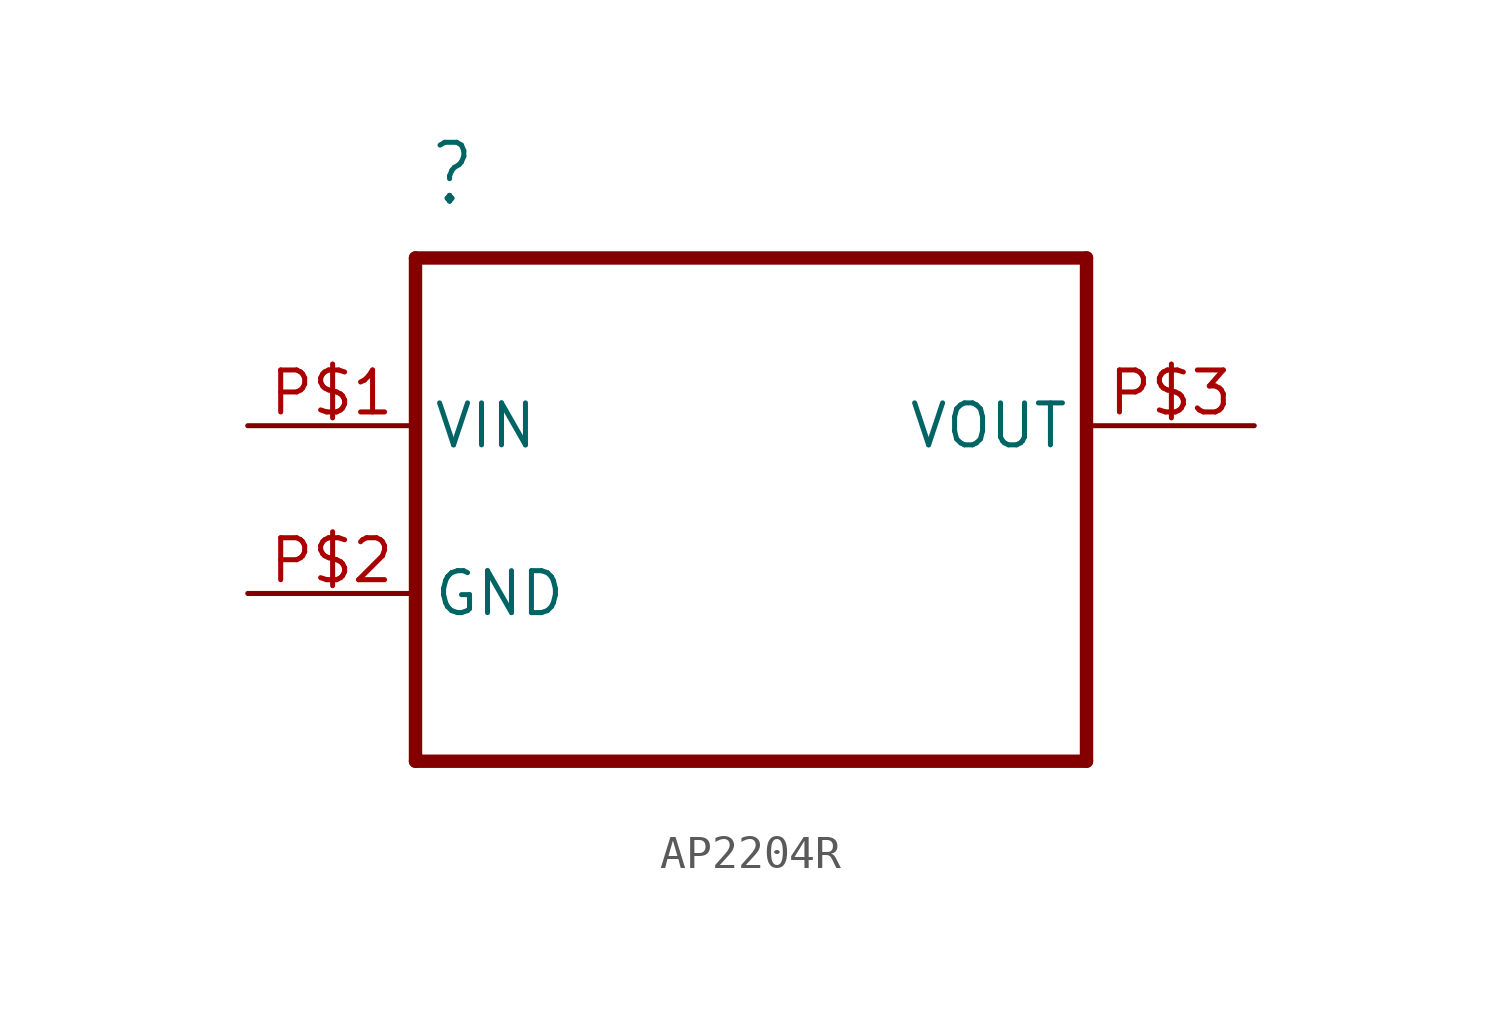
<source format=kicad_sym>
(kicad_symbol_lib
  (version 20211014)
  (generator kicad_symbol_editor)
  (symbol "AP2204R"
    (property "Reference" ""
      (at -12.344 6.579 0)
      (effects (font (size 1.778 1.511)) (justify left bottom)))
    (property "ki_locked" ""
      (at 0 0 0)
      (effects (font (size 1.27 1.27))))
    (symbol "AP2204R_1_0"
      (polyline (pts (xy -12.7 -10.16) (xy 7.62 -10.16)) (stroke (width 0.406) (type default) (color 0 0 0 0)) (fill (type none)))
      (polyline (pts (xy -12.7 5.08) (xy -12.7 -10.16)) (stroke (width 0.406) (type default) (color 0 0 0 0)) (fill (type none)))
      (polyline (pts (xy 7.62 -10.16) (xy 7.62 5.08)) (stroke (width 0.406) (type default) (color 0 0 0 0)) (fill (type none)))
      (polyline (pts (xy 7.62 5.08) (xy -12.7 5.08)) (stroke (width 0.406) (type default) (color 0 0 0 0)) (fill (type none)))
      (pin input line (at -17.78 0 0) (length 5.08) (name "VIN" (effects (font (size 1.27 1.27)))) (number "P$1" (effects (font (size 1.27 1.27)))))
      (pin passive line (at -17.78 -5.08 0) (length 5.08) (name "GND" (effects (font (size 1.27 1.27)))) (number "P$2" (effects (font (size 1.27 1.27)))))
      (pin output line (at 12.7 0 180) (length 5.08) (name "VOUT" (effects (font (size 1.27 1.27)))) (number "P$3" (effects (font (size 1.27 1.27))))))))
</source>
